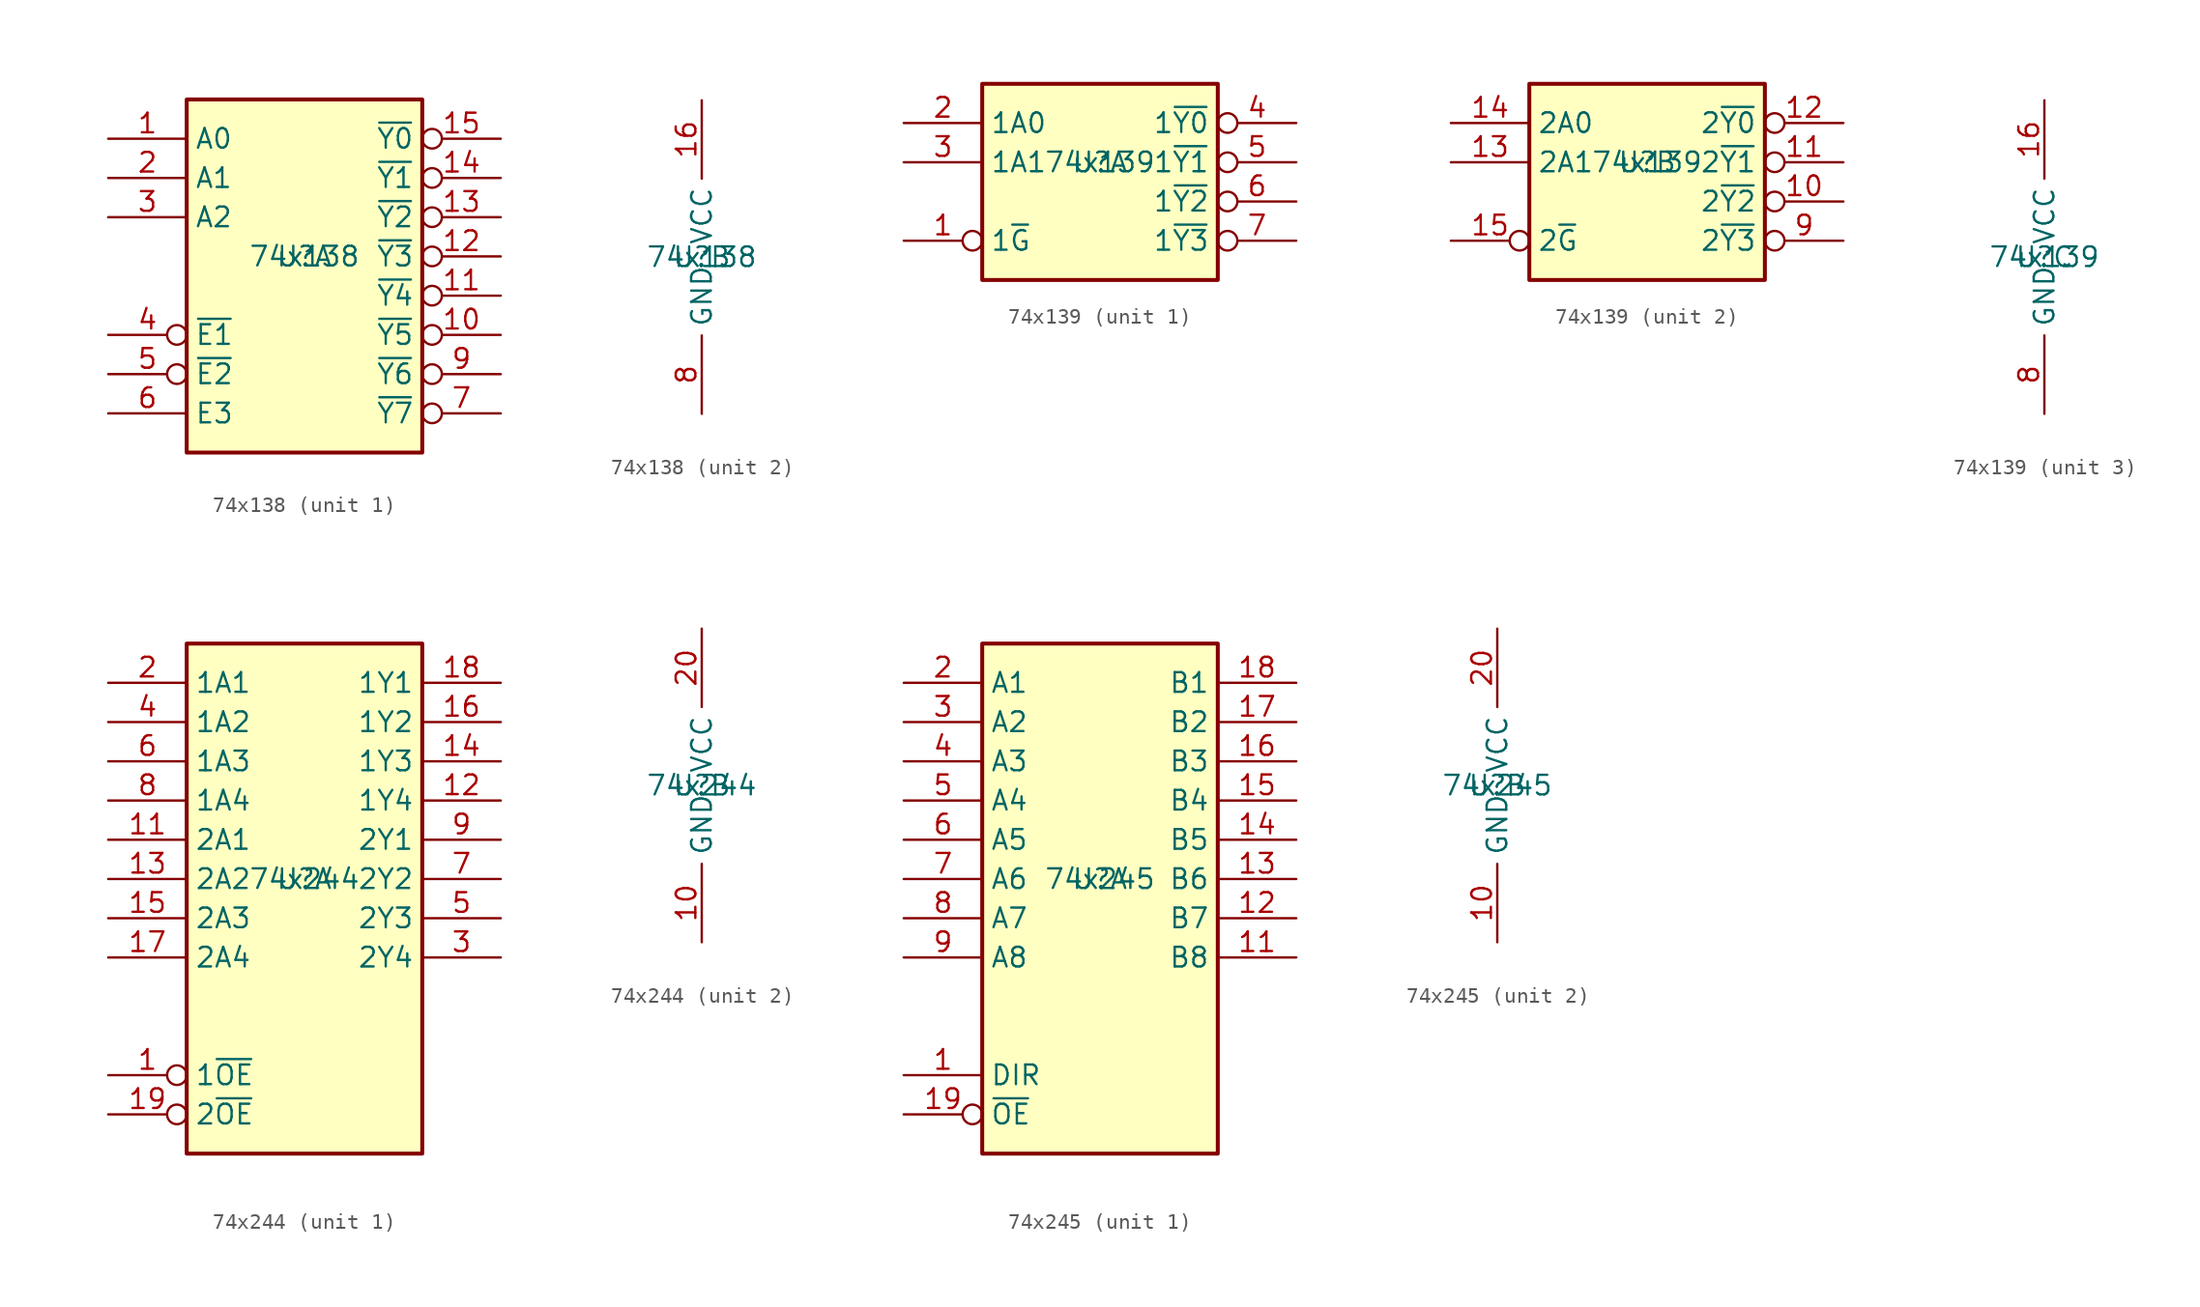
<source format=kicad_sym>
(kicad_symbol_lib
  (version 20211014)
  (generator kicad_symbol_editor)
  (symbol "74x138"
    (property "Reference" "U"
      (at 0 0 0)
      (effects (font (size 1.27 1.27))))
    (property "Value" "74x138"
      (at 0 0 0)
      (effects (font (size 1.27 1.27))))
    (property "ki_locked" ""
      (at 0 0 0)
      (effects (font (size 1.27 1.27))))
    (symbol "74x138_1_1"
      (rectangle (start -7.62 10.16) (end 7.62 -12.7) (stroke (width 0.254) (type default) (color 0 0 0 0)) (fill (type background)))
      (pin input line (at -12.7 7.62 0) (length 5.08) (name "A0" (effects (font (size 1.27 1.27)))) (number "1" (effects (font (size 1.27 1.27)))))
      (pin output inverted (at 12.7 -5.08 180) (length 5.08) (name "~{Y5}" (effects (font (size 1.27 1.27)))) (number "10" (effects (font (size 1.27 1.27)))))
      (pin output inverted (at 12.7 -2.54 180) (length 5.08) (name "~{Y4}" (effects (font (size 1.27 1.27)))) (number "11" (effects (font (size 1.27 1.27)))))
      (pin output inverted (at 12.7 0 180) (length 5.08) (name "~{Y3}" (effects (font (size 1.27 1.27)))) (number "12" (effects (font (size 1.27 1.27)))))
      (pin output inverted (at 12.7 2.54 180) (length 5.08) (name "~{Y2}" (effects (font (size 1.27 1.27)))) (number "13" (effects (font (size 1.27 1.27)))))
      (pin output inverted (at 12.7 5.08 180) (length 5.08) (name "~{Y1}" (effects (font (size 1.27 1.27)))) (number "14" (effects (font (size 1.27 1.27)))))
      (pin output inverted (at 12.7 7.62 180) (length 5.08) (name "~{Y0}" (effects (font (size 1.27 1.27)))) (number "15" (effects (font (size 1.27 1.27)))))
      (pin input line (at -12.7 5.08 0) (length 5.08) (name "A1" (effects (font (size 1.27 1.27)))) (number "2" (effects (font (size 1.27 1.27)))))
      (pin input line (at -12.7 2.54 0) (length 5.08) (name "A2" (effects (font (size 1.27 1.27)))) (number "3" (effects (font (size 1.27 1.27)))))
      (pin input inverted (at -12.7 -5.08 0) (length 5.08) (name "~{E1}" (effects (font (size 1.27 1.27)))) (number "4" (effects (font (size 1.27 1.27)))))
      (pin input inverted (at -12.7 -7.62 0) (length 5.08) (name "~{E2}" (effects (font (size 1.27 1.27)))) (number "5" (effects (font (size 1.27 1.27)))))
      (pin input line (at -12.7 -10.16 0) (length 5.08) (name "E3" (effects (font (size 1.27 1.27)))) (number "6" (effects (font (size 1.27 1.27)))))
      (pin output inverted (at 12.7 -10.16 180) (length 5.08) (name "~{Y7}" (effects (font (size 1.27 1.27)))) (number "7" (effects (font (size 1.27 1.27)))))
      (pin output inverted (at 12.7 -7.62 180) (length 5.08) (name "~{Y6}" (effects (font (size 1.27 1.27)))) (number "9" (effects (font (size 1.27 1.27))))))
    (symbol "74x138_2_1"
      (pin power_in line (at 0 10.16 270) (length 5.08) (name "VCC" (effects (font (size 1.27 1.27)))) (number "16" (effects (font (size 1.27 1.27)))))
      (pin power_in line (at 0 -10.16 90) (length 5.08) (name "GND" (effects (font (size 1.27 1.27)))) (number "8" (effects (font (size 1.27 1.27)))))))
  (symbol "74x139"
    (property "Reference" "U"
      (at 0 0 0)
      (effects (font (size 1.27 1.27))))
    (property "Value" "74x139"
      (at 0 0 0)
      (effects (font (size 1.27 1.27))))
    (property "ki_locked" ""
      (at 0 0 0)
      (effects (font (size 1.27 1.27))))
    (symbol "74x139_1_0"
      (pin input inverted (at -12.7 -5.08 0) (length 5.08) (name "1~{G}" (effects (font (size 1.27 1.27)))) (number "1" (effects (font (size 1.27 1.27)))))
      (pin input line (at -12.7 2.54 0) (length 5.08) (name "1A0" (effects (font (size 1.27 1.27)))) (number "2" (effects (font (size 1.27 1.27)))))
      (pin input line (at -12.7 0 0) (length 5.08) (name "1A1" (effects (font (size 1.27 1.27)))) (number "3" (effects (font (size 1.27 1.27)))))
      (pin output inverted (at 12.7 2.54 180) (length 5.08) (name "1~{Y0}" (effects (font (size 1.27 1.27)))) (number "4" (effects (font (size 1.27 1.27)))))
      (pin output inverted (at 12.7 0 180) (length 5.08) (name "1~{Y1}" (effects (font (size 1.27 1.27)))) (number "5" (effects (font (size 1.27 1.27)))))
      (pin output inverted (at 12.7 -2.54 180) (length 5.08) (name "1~{Y2}" (effects (font (size 1.27 1.27)))) (number "6" (effects (font (size 1.27 1.27)))))
      (pin output inverted (at 12.7 -5.08 180) (length 5.08) (name "1~{Y3}" (effects (font (size 1.27 1.27)))) (number "7" (effects (font (size 1.27 1.27))))))
    (symbol "74x139_1_1"
      (rectangle (start -7.62 5.08) (end 7.62 -7.62) (stroke (width 0.254) (type default) (color 0 0 0 0)) (fill (type background))))
    (symbol "74x139_2_0"
      (pin output inverted (at 12.7 -2.54 180) (length 5.08) (name "2~{Y2}" (effects (font (size 1.27 1.27)))) (number "10" (effects (font (size 1.27 1.27)))))
      (pin output inverted (at 12.7 0 180) (length 5.08) (name "2~{Y1}" (effects (font (size 1.27 1.27)))) (number "11" (effects (font (size 1.27 1.27)))))
      (pin output inverted (at 12.7 2.54 180) (length 5.08) (name "2~{Y0}" (effects (font (size 1.27 1.27)))) (number "12" (effects (font (size 1.27 1.27)))))
      (pin input line (at -12.7 0 0) (length 5.08) (name "2A1" (effects (font (size 1.27 1.27)))) (number "13" (effects (font (size 1.27 1.27)))))
      (pin input line (at -12.7 2.54 0) (length 5.08) (name "2A0" (effects (font (size 1.27 1.27)))) (number "14" (effects (font (size 1.27 1.27)))))
      (pin input inverted (at -12.7 -5.08 0) (length 5.08) (name "2~{G}" (effects (font (size 1.27 1.27)))) (number "15" (effects (font (size 1.27 1.27)))))
      (pin output inverted (at 12.7 -5.08 180) (length 5.08) (name "2~{Y3}" (effects (font (size 1.27 1.27)))) (number "9" (effects (font (size 1.27 1.27))))))
    (symbol "74x139_2_1"
      (rectangle (start -7.62 5.08) (end 7.62 -7.62) (stroke (width 0.254) (type default) (color 0 0 0 0)) (fill (type background))))
    (symbol "74x139_3_1"
      (pin power_in line (at 0 10.16 270) (length 5.08) (name "VCC" (effects (font (size 1.27 1.27)))) (number "16" (effects (font (size 1.27 1.27)))))
      (pin power_in line (at 0 -10.16 90) (length 5.08) (name "GND" (effects (font (size 1.27 1.27)))) (number "8" (effects (font (size 1.27 1.27)))))))
  (symbol "74x244"
    (property "Reference" "U"
      (at 0 0 0)
      (effects (font (size 1.27 1.27))))
    (property "Value" "74x244"
      (at 0 0 0)
      (effects (font (size 1.27 1.27))))
    (property "ki_locked" ""
      (at 0 0 0)
      (effects (font (size 1.27 1.27))))
    (symbol "74x244_1_0"
      (pin input inverted (at -12.7 -12.7 0) (length 5.08) (name "1~{OE}" (effects (font (size 1.27 1.27)))) (number "1" (effects (font (size 1.27 1.27)))))
      (pin input line (at -12.7 2.54 0) (length 5.08) (name "2A1" (effects (font (size 1.27 1.27)))) (number "11" (effects (font (size 1.27 1.27)))))
      (pin tri_state line (at 12.7 5.08 180) (length 5.08) (name "1Y4" (effects (font (size 1.27 1.27)))) (number "12" (effects (font (size 1.27 1.27)))))
      (pin input line (at -12.7 0 0) (length 5.08) (name "2A2" (effects (font (size 1.27 1.27)))) (number "13" (effects (font (size 1.27 1.27)))))
      (pin tri_state line (at 12.7 7.62 180) (length 5.08) (name "1Y3" (effects (font (size 1.27 1.27)))) (number "14" (effects (font (size 1.27 1.27)))))
      (pin input line (at -12.7 -2.54 0) (length 5.08) (name "2A3" (effects (font (size 1.27 1.27)))) (number "15" (effects (font (size 1.27 1.27)))))
      (pin tri_state line (at 12.7 10.16 180) (length 5.08) (name "1Y2" (effects (font (size 1.27 1.27)))) (number "16" (effects (font (size 1.27 1.27)))))
      (pin input line (at -12.7 -5.08 0) (length 5.08) (name "2A4" (effects (font (size 1.27 1.27)))) (number "17" (effects (font (size 1.27 1.27)))))
      (pin tri_state line (at 12.7 12.7 180) (length 5.08) (name "1Y1" (effects (font (size 1.27 1.27)))) (number "18" (effects (font (size 1.27 1.27)))))
      (pin input inverted (at -12.7 -15.24 0) (length 5.08) (name "2~{OE}" (effects (font (size 1.27 1.27)))) (number "19" (effects (font (size 1.27 1.27)))))
      (pin input line (at -12.7 12.7 0) (length 5.08) (name "1A1" (effects (font (size 1.27 1.27)))) (number "2" (effects (font (size 1.27 1.27)))))
      (pin tri_state line (at 12.7 -5.08 180) (length 5.08) (name "2Y4" (effects (font (size 1.27 1.27)))) (number "3" (effects (font (size 1.27 1.27)))))
      (pin input line (at -12.7 10.16 0) (length 5.08) (name "1A2" (effects (font (size 1.27 1.27)))) (number "4" (effects (font (size 1.27 1.27)))))
      (pin tri_state line (at 12.7 -2.54 180) (length 5.08) (name "2Y3" (effects (font (size 1.27 1.27)))) (number "5" (effects (font (size 1.27 1.27)))))
      (pin input line (at -12.7 7.62 0) (length 5.08) (name "1A3" (effects (font (size 1.27 1.27)))) (number "6" (effects (font (size 1.27 1.27)))))
      (pin tri_state line (at 12.7 0 180) (length 5.08) (name "2Y2" (effects (font (size 1.27 1.27)))) (number "7" (effects (font (size 1.27 1.27)))))
      (pin input line (at -12.7 5.08 0) (length 5.08) (name "1A4" (effects (font (size 1.27 1.27)))) (number "8" (effects (font (size 1.27 1.27)))))
      (pin tri_state line (at 12.7 2.54 180) (length 5.08) (name "2Y1" (effects (font (size 1.27 1.27)))) (number "9" (effects (font (size 1.27 1.27))))))
    (symbol "74x244_1_1"
      (rectangle (start -7.62 15.24) (end 7.62 -17.78) (stroke (width 0.254) (type default) (color 0 0 0 0)) (fill (type background))))
    (symbol "74x244_2_1"
      (pin power_in line (at 0 -10.16 90) (length 5.08) (name "GND" (effects (font (size 1.27 1.27)))) (number "10" (effects (font (size 1.27 1.27)))))
      (pin power_in line (at 0 10.16 270) (length 5.08) (name "VCC" (effects (font (size 1.27 1.27)))) (number "20" (effects (font (size 1.27 1.27)))))))
  (symbol "74x245"
    (property "Reference" "U"
      (at 0 0 0)
      (effects (font (size 1.27 1.27))))
    (property "Value" "74x245"
      (at 0 0 0)
      (effects (font (size 1.27 1.27))))
    (property "ki_locked" ""
      (at 0 0 0)
      (effects (font (size 1.27 1.27))))
    (symbol "74x245_1_0"
      (pin input line (at -12.7 -12.7 0) (length 5.08) (name "DIR" (effects (font (size 1.27 1.27)))) (number "1" (effects (font (size 1.27 1.27)))))
      (pin tri_state line (at 12.7 -5.08 180) (length 5.08) (name "B8" (effects (font (size 1.27 1.27)))) (number "11" (effects (font (size 1.27 1.27)))))
      (pin tri_state line (at 12.7 -2.54 180) (length 5.08) (name "B7" (effects (font (size 1.27 1.27)))) (number "12" (effects (font (size 1.27 1.27)))))
      (pin tri_state line (at 12.7 0 180) (length 5.08) (name "B6" (effects (font (size 1.27 1.27)))) (number "13" (effects (font (size 1.27 1.27)))))
      (pin tri_state line (at 12.7 2.54 180) (length 5.08) (name "B5" (effects (font (size 1.27 1.27)))) (number "14" (effects (font (size 1.27 1.27)))))
      (pin tri_state line (at 12.7 5.08 180) (length 5.08) (name "B4" (effects (font (size 1.27 1.27)))) (number "15" (effects (font (size 1.27 1.27)))))
      (pin tri_state line (at 12.7 7.62 180) (length 5.08) (name "B3" (effects (font (size 1.27 1.27)))) (number "16" (effects (font (size 1.27 1.27)))))
      (pin tri_state line (at 12.7 10.16 180) (length 5.08) (name "B2" (effects (font (size 1.27 1.27)))) (number "17" (effects (font (size 1.27 1.27)))))
      (pin tri_state line (at 12.7 12.7 180) (length 5.08) (name "B1" (effects (font (size 1.27 1.27)))) (number "18" (effects (font (size 1.27 1.27)))))
      (pin input inverted (at -12.7 -15.24 0) (length 5.08) (name "~{OE}" (effects (font (size 1.27 1.27)))) (number "19" (effects (font (size 1.27 1.27)))))
      (pin tri_state line (at -12.7 12.7 0) (length 5.08) (name "A1" (effects (font (size 1.27 1.27)))) (number "2" (effects (font (size 1.27 1.27)))))
      (pin tri_state line (at -12.7 10.16 0) (length 5.08) (name "A2" (effects (font (size 1.27 1.27)))) (number "3" (effects (font (size 1.27 1.27)))))
      (pin tri_state line (at -12.7 7.62 0) (length 5.08) (name "A3" (effects (font (size 1.27 1.27)))) (number "4" (effects (font (size 1.27 1.27)))))
      (pin tri_state line (at -12.7 5.08 0) (length 5.08) (name "A4" (effects (font (size 1.27 1.27)))) (number "5" (effects (font (size 1.27 1.27)))))
      (pin tri_state line (at -12.7 2.54 0) (length 5.08) (name "A5" (effects (font (size 1.27 1.27)))) (number "6" (effects (font (size 1.27 1.27)))))
      (pin tri_state line (at -12.7 0 0) (length 5.08) (name "A6" (effects (font (size 1.27 1.27)))) (number "7" (effects (font (size 1.27 1.27)))))
      (pin tri_state line (at -12.7 -2.54 0) (length 5.08) (name "A7" (effects (font (size 1.27 1.27)))) (number "8" (effects (font (size 1.27 1.27)))))
      (pin tri_state line (at -12.7 -5.08 0) (length 5.08) (name "A8" (effects (font (size 1.27 1.27)))) (number "9" (effects (font (size 1.27 1.27))))))
    (symbol "74x245_1_1"
      (rectangle (start -7.62 15.24) (end 7.62 -17.78) (stroke (width 0.254) (type default) (color 0 0 0 0)) (fill (type background))))
    (symbol "74x245_2_1"
      (pin power_in line (at 0 -10.16 90) (length 5.08) (name "GND" (effects (font (size 1.27 1.27)))) (number "10" (effects (font (size 1.27 1.27)))))
      (pin power_in line (at 0 10.16 270) (length 5.08) (name "VCC" (effects (font (size 1.27 1.27)))) (number "20" (effects (font (size 1.27 1.27))))))))
</source>
